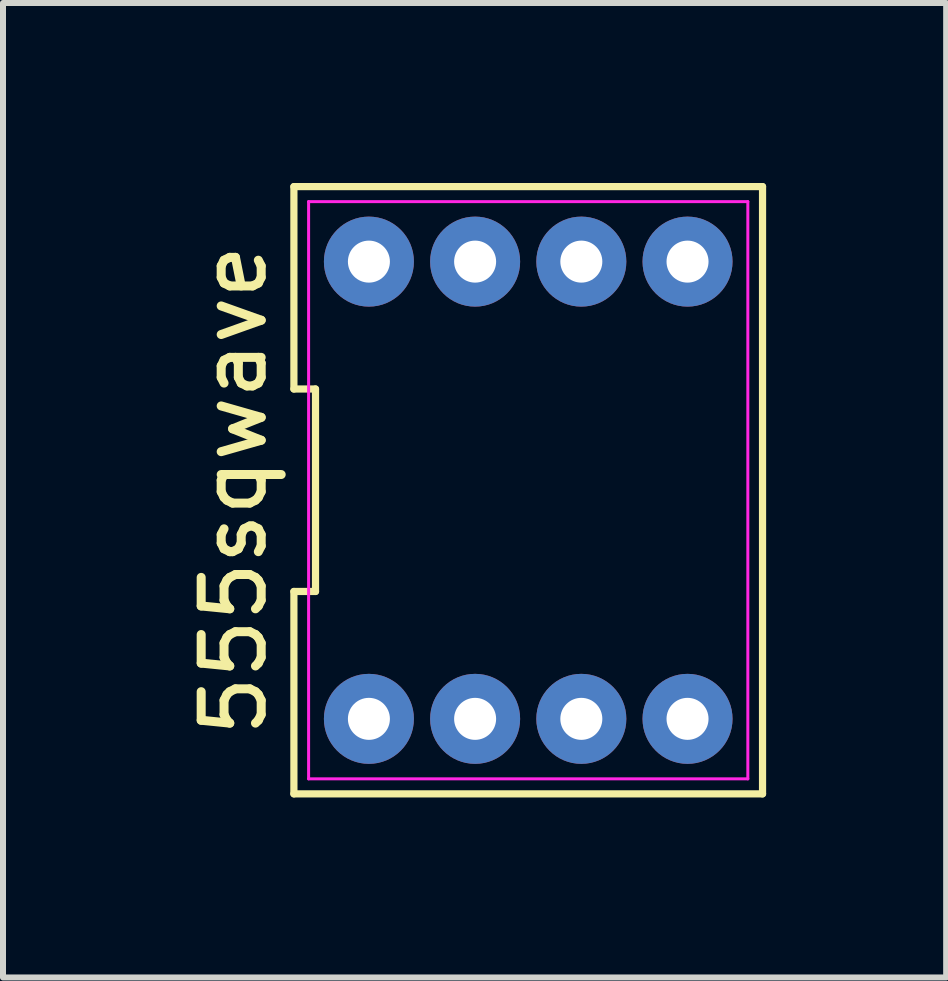
<source format=kicad_pcb>
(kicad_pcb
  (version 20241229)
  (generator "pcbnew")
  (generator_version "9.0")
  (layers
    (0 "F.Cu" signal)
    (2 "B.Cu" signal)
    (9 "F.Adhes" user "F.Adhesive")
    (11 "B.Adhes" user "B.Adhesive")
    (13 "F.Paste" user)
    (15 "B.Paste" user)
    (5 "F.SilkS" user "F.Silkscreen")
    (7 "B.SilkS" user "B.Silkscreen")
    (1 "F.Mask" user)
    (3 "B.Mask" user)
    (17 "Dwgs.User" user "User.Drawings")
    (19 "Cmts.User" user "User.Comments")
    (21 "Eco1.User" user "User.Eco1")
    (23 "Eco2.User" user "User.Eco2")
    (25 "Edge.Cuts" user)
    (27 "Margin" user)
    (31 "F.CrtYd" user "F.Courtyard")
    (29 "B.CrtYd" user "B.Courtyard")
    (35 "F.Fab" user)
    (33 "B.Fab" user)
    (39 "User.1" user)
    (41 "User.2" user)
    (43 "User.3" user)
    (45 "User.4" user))
  (footprint "555sqwave"
    (layer "F.Cu")
    (at 5.753 5.12)
    (property "Reference" "555sqwave" (at -4.905 0 90) (layer "F.SilkS") (effects (font (size 1 1) (thickness 0.15))))
    (attr through_hole)
    (fp_line (start -3.905 -1.687) (end -3.545 -1.687) (stroke (width 0.12) (type solid)) (layer "F.SilkS"))
    (fp_line (start -3.905 1.687) (end -3.905 5.06) (stroke (width 0.12) (type solid)) (layer "F.SilkS"))
    (fp_line (start -3.905 5.06) (end 3.905 5.06) (stroke (width 0.12) (type solid)) (layer "F.SilkS"))
    (fp_line (start -3.905 -5.06) (end -3.905 -1.687) (stroke (width 0.12) (type solid)) (layer "F.SilkS"))
    (fp_line (start -3.545 -1.687) (end -3.545 1.687) (stroke (width 0.12) (type solid)) (layer "F.SilkS"))
    (fp_line (start -3.545 1.687) (end -3.905 1.687) (stroke (width 0.12) (type solid)) (layer "F.SilkS"))
    (fp_line (start 3.905 5.06) (end 3.905 -5.06) (stroke (width 0.12) (type solid)) (layer "F.SilkS"))
    (fp_line (start 3.905 -5.06) (end -3.905 -5.06) (stroke (width 0.12) (type solid)) (layer "F.SilkS"))
    (fp_line (start -3.66 -4.81) (end 3.66 -4.81) (stroke (width 0.05) (type solid)) (layer "F.CrtYd"))
    (fp_line (start -3.66 4.81) (end -3.66 -4.81) (stroke (width 0.05) (type solid)) (layer "F.CrtYd"))
    (fp_line (start 3.66 -4.81) (end 3.66 4.81) (stroke (width 0.05) (type solid)) (layer "F.CrtYd"))
    (fp_line (start 3.66 4.81) (end -3.66 4.81) (stroke (width 0.05) (type solid)) (layer "F.CrtYd"))
    (pad "1" thru_hole circle (at -2.655 3.81) (size 1.5 1.5) (drill 0.7) (layers "*.Cu" "*.Mask"))
    (pad "2" thru_hole circle (at -0.885 3.81) (size 1.5 1.5) (drill 0.7) (layers "*.Cu" "*.Mask"))
    (pad "3" thru_hole circle (at 0.885 3.81) (size 1.5 1.5) (drill 0.7) (layers "*.Cu" "*.Mask"))
    (pad "4" thru_hole circle (at 2.655 3.81) (size 1.5 1.5) (drill 0.7) (layers "*.Cu" "*.Mask"))
    (pad "5" thru_hole circle (at 2.655 -3.81) (size 1.5 1.5) (drill 0.7) (layers "*.Cu" "*.Mask"))
    (pad "6" thru_hole circle (at 0.885 -3.81) (size 1.5 1.5) (drill 0.7) (layers "*.Cu" "*.Mask"))
    (pad "7" thru_hole circle (at -0.885 -3.81) (size 1.5 1.5) (drill 0.7) (layers "*.Cu" "*.Mask"))
    (pad "8" thru_hole circle (at -2.655 -3.81) (size 1.5 1.5) (drill 0.7) (layers "*.Cu" "*.Mask")))
  (gr_rect
    (start -3 -3)
    (end 12.718 13.24)
    (stroke (width 0.1) (type default))
    (fill no)
    (layer "Edge.Cuts")))
</source>
